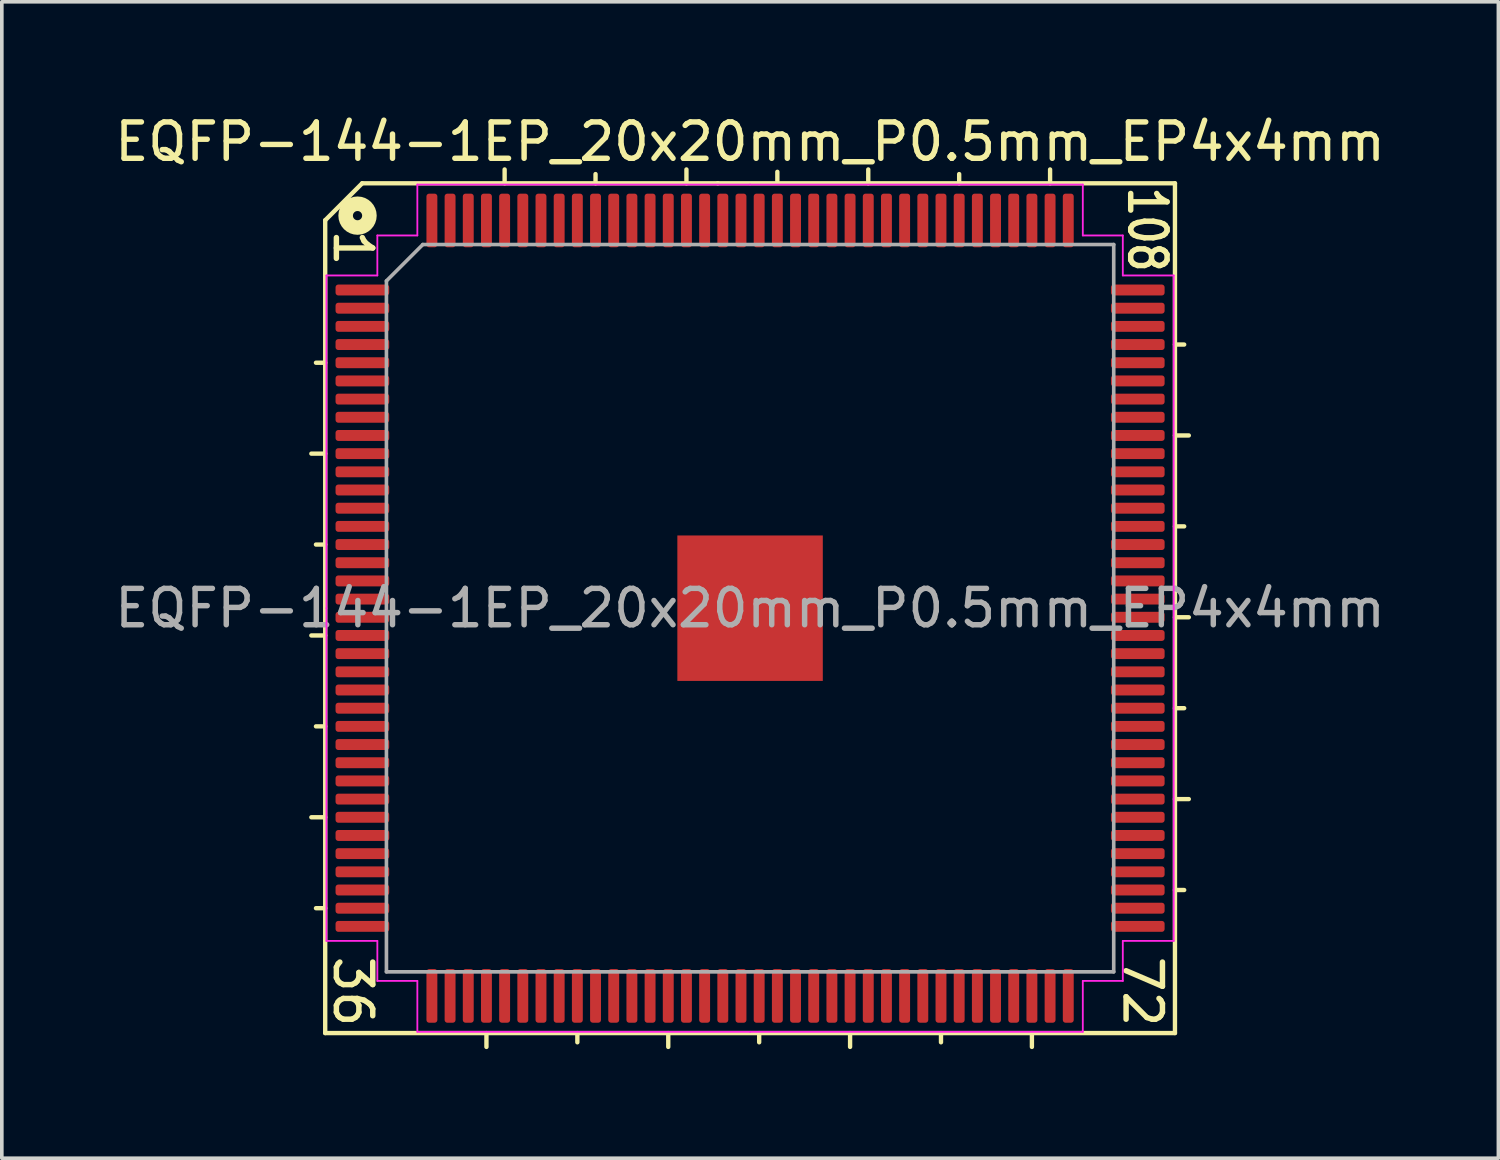
<source format=kicad_pcb>
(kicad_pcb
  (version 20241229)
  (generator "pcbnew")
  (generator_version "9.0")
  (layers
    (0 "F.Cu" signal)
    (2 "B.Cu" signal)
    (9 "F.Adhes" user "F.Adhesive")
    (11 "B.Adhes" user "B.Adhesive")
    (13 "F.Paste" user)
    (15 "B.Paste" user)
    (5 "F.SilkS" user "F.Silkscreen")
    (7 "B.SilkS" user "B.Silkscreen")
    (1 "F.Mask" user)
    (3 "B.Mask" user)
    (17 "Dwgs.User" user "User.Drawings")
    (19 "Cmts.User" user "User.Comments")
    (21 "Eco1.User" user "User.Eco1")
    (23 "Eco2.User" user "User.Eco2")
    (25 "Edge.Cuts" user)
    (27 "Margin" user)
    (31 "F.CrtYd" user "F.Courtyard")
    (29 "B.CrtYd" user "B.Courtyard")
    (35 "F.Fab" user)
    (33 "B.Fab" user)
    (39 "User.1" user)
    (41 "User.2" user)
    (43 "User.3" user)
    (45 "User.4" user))
  (footprint "EQFP-144-1EP_20x20mm_P0.5mm_EP4x4mm"
    (layer "F.Cu")
    (at 17.577 13.675)
    (property "Reference" "EQFP-144-1EP_20x20mm_P0.5mm_EP4x4mm" (at 0 -12.827 0) (layer "F.SilkS") (effects (font (size 1 1) (thickness 0.15))))
    (attr smd)
    (fp_line (start -11.684 -10.668) (end -11.684 11.684) (stroke (width 0.12) (type solid)) (layer "F.SilkS"))
    (fp_line (start -11.684 -6.75) (end -11.938 -6.75) (stroke (width 0.12) (type solid)) (layer "F.SilkS"))
    (fp_line (start -11.684 -4.25) (end -12.065 -4.25) (stroke (width 0.12) (type solid)) (layer "F.SilkS"))
    (fp_line (start -11.684 -1.75) (end -11.938 -1.75) (stroke (width 0.12) (type solid)) (layer "F.SilkS"))
    (fp_line (start -11.684 0.75) (end -12.065 0.75) (stroke (width 0.12) (type solid)) (layer "F.SilkS"))
    (fp_line (start -11.684 3.25) (end -11.938 3.25) (stroke (width 0.12) (type solid)) (layer "F.SilkS"))
    (fp_line (start -11.684 5.75) (end -12.065 5.75) (stroke (width 0.12) (type solid)) (layer "F.SilkS"))
    (fp_line (start -11.684 8.25) (end -11.938 8.25) (stroke (width 0.12) (type solid)) (layer "F.SilkS"))
    (fp_line (start -11.684 11.684) (end 11.684 11.684) (stroke (width 0.12) (type solid)) (layer "F.SilkS"))
    (fp_line (start -10.668 -11.684) (end -11.684 -10.668) (stroke (width 0.12) (type solid)) (layer "F.SilkS"))
    (fp_line (start -7.25 11.684) (end -7.25 12.065) (stroke (width 0.12) (type solid)) (layer "F.SilkS"))
    (fp_line (start -6.75 -11.684) (end -6.75 -12.065) (stroke (width 0.12) (type solid)) (layer "F.SilkS"))
    (fp_line (start -4.75 11.684) (end -4.75 11.938) (stroke (width 0.12) (type solid)) (layer "F.SilkS"))
    (fp_line (start -4.25 -11.684) (end -4.25 -11.938) (stroke (width 0.12) (type solid)) (layer "F.SilkS"))
    (fp_line (start -2.25 11.684) (end -2.25 12.065) (stroke (width 0.12) (type solid)) (layer "F.SilkS"))
    (fp_line (start -1.75 -11.684) (end -1.75 -12.065) (stroke (width 0.12) (type solid)) (layer "F.SilkS"))
    (fp_line (start -0.889 -11.684) (end -10.668 -11.684) (stroke (width 0.12) (type solid)) (layer "F.SilkS"))
    (fp_line (start 0.25 11.684) (end 0.25 11.938) (stroke (width 0.12) (type solid)) (layer "F.SilkS"))
    (fp_line (start 0.75 -11.75) (end 0.75 -12) (stroke (width 0.12) (type solid)) (layer "F.SilkS"))
    (fp_line (start 2.75 11.684) (end 2.75 12.065) (stroke (width 0.12) (type solid)) (layer "F.SilkS"))
    (fp_line (start 3.25 -11.684) (end 3.25 -12.065) (stroke (width 0.12) (type solid)) (layer "F.SilkS"))
    (fp_line (start 5.25 11.684) (end 5.25 11.938) (stroke (width 0.12) (type solid)) (layer "F.SilkS"))
    (fp_line (start 5.75 -11.684) (end 5.75 -11.938) (stroke (width 0.12) (type solid)) (layer "F.SilkS"))
    (fp_line (start 7.75 11.684) (end 7.75 12.065) (stroke (width 0.12) (type solid)) (layer "F.SilkS"))
    (fp_line (start 8.25 -11.684) (end 8.25 -12.065) (stroke (width 0.12) (type solid)) (layer "F.SilkS"))
    (fp_line (start 11.684 -11.684) (end -0.889 -11.684) (stroke (width 0.12) (type solid)) (layer "F.SilkS"))
    (fp_line (start 11.684 -7.25) (end 11.938 -7.25) (stroke (width 0.12) (type solid)) (layer "F.SilkS"))
    (fp_line (start 11.684 -4.75) (end 12.065 -4.75) (stroke (width 0.12) (type solid)) (layer "F.SilkS"))
    (fp_line (start 11.684 -2.25) (end 11.938 -2.25) (stroke (width 0.12) (type solid)) (layer "F.SilkS"))
    (fp_line (start 11.684 0.25) (end 12.065 0.25) (stroke (width 0.12) (type solid)) (layer "F.SilkS"))
    (fp_line (start 11.684 2.75) (end 11.938 2.75) (stroke (width 0.12) (type solid)) (layer "F.SilkS"))
    (fp_line (start 11.684 5.25) (end 12.065 5.25) (stroke (width 0.12) (type solid)) (layer "F.SilkS"))
    (fp_line (start 11.684 7.75) (end 11.938 7.75) (stroke (width 0.12) (type solid)) (layer "F.SilkS"))
    (fp_line (start 11.684 11.684) (end 11.684 -11.684) (stroke (width 0.12) (type solid)) (layer "F.SilkS"))
    (fp_circle (center -10.795 -10.795) (end -10.668 -10.795) (stroke (width 0.4) (type solid)) (fill no) (layer "F.SilkS"))
    (fp_line (start -11.65 -9.15) (end -11.65 0) (stroke (width 0.05) (type solid)) (layer "F.CrtYd"))
    (fp_line (start -11.65 9.15) (end -11.65 0) (stroke (width 0.05) (type solid)) (layer "F.CrtYd"))
    (fp_line (start -10.25 -10.25) (end -10.25 -9.15) (stroke (width 0.05) (type solid)) (layer "F.CrtYd"))
    (fp_line (start -10.25 -9.15) (end -11.65 -9.15) (stroke (width 0.05) (type solid)) (layer "F.CrtYd"))
    (fp_line (start -10.25 9.15) (end -11.65 9.15) (stroke (width 0.05) (type solid)) (layer "F.CrtYd"))
    (fp_line (start -10.25 10.25) (end -10.25 9.15) (stroke (width 0.05) (type solid)) (layer "F.CrtYd"))
    (fp_line (start -9.15 -11.65) (end -9.15 -10.25) (stroke (width 0.05) (type solid)) (layer "F.CrtYd"))
    (fp_line (start -9.15 -10.25) (end -10.25 -10.25) (stroke (width 0.05) (type solid)) (layer "F.CrtYd"))
    (fp_line (start -9.15 10.25) (end -10.25 10.25) (stroke (width 0.05) (type solid)) (layer "F.CrtYd"))
    (fp_line (start -9.15 11.65) (end -9.15 10.25) (stroke (width 0.05) (type solid)) (layer "F.CrtYd"))
    (fp_line (start 0 -11.65) (end -9.15 -11.65) (stroke (width 0.05) (type solid)) (layer "F.CrtYd"))
    (fp_line (start 0 -11.65) (end 9.15 -11.65) (stroke (width 0.05) (type solid)) (layer "F.CrtYd"))
    (fp_line (start 0 11.65) (end -9.15 11.65) (stroke (width 0.05) (type solid)) (layer "F.CrtYd"))
    (fp_line (start 0 11.65) (end 9.15 11.65) (stroke (width 0.05) (type solid)) (layer "F.CrtYd"))
    (fp_line (start 9.15 -11.65) (end 9.15 -10.25) (stroke (width 0.05) (type solid)) (layer "F.CrtYd"))
    (fp_line (start 9.15 -10.25) (end 10.25 -10.25) (stroke (width 0.05) (type solid)) (layer "F.CrtYd"))
    (fp_line (start 9.15 10.25) (end 10.25 10.25) (stroke (width 0.05) (type solid)) (layer "F.CrtYd"))
    (fp_line (start 9.15 11.65) (end 9.15 10.25) (stroke (width 0.05) (type solid)) (layer "F.CrtYd"))
    (fp_line (start 10.25 -10.25) (end 10.25 -9.15) (stroke (width 0.05) (type solid)) (layer "F.CrtYd"))
    (fp_line (start 10.25 -9.15) (end 11.65 -9.15) (stroke (width 0.05) (type solid)) (layer "F.CrtYd"))
    (fp_line (start 10.25 9.15) (end 11.65 9.15) (stroke (width 0.05) (type solid)) (layer "F.CrtYd"))
    (fp_line (start 10.25 10.25) (end 10.25 9.15) (stroke (width 0.05) (type solid)) (layer "F.CrtYd"))
    (fp_line (start 11.65 -9.15) (end 11.65 0) (stroke (width 0.05) (type solid)) (layer "F.CrtYd"))
    (fp_line (start 11.65 9.15) (end 11.65 0) (stroke (width 0.05) (type solid)) (layer "F.CrtYd"))
    (fp_line (start -10 -9) (end -9 -10) (stroke (width 0.1) (type solid)) (layer "F.Fab"))
    (fp_line (start -10 10) (end -10 -9) (stroke (width 0.1) (type solid)) (layer "F.Fab"))
    (fp_line (start -9 -10) (end 10 -10) (stroke (width 0.1) (type solid)) (layer "F.Fab"))
    (fp_line (start 10 -10) (end 10 10) (stroke (width 0.1) (type solid)) (layer "F.Fab"))
    (fp_line (start 10 10) (end -10 10) (stroke (width 0.1) (type solid)) (layer "F.Fab"))
    (fp_text user "72" (at 10.795 10.541 270) (unlocked yes) (layer "F.SilkS") (effects (font (size 1 1) (thickness 0.15))))
    (fp_text user "1" (at -10.922 -9.906 270) (unlocked yes) (layer "F.SilkS") (effects (font (size 1 1) (thickness 0.15))))
    (fp_text user "36" (at -10.922 10.541 270) (unlocked yes) (layer "F.SilkS") (effects (font (size 1 1) (thickness 0.15))))
    (fp_text user "108" (at 10.922 -10.414 270) (unlocked yes) (layer "F.SilkS") (effects (font (size 1 0.8) (thickness 0.15))))
    (fp_text user "${REFERENCE}" (at 0 0 0) (layer "F.Fab") (effects (font (size 1 1) (thickness 0.15))))
    (pad "" smd roundrect (at -1.33 -1.33) (size 1.07 1.07) (layers "F.Paste") (roundrect_rratio 0.234))
    (pad "" smd roundrect (at -1.33 0) (size 1.07 1.07) (layers "F.Paste") (roundrect_rratio 0.234))
    (pad "" smd roundrect (at -1.33 1.33) (size 1.07 1.07) (layers "F.Paste") (roundrect_rratio 0.234))
    (pad "" smd roundrect (at 0 -1.33) (size 1.07 1.07) (layers "F.Paste") (roundrect_rratio 0.234))
    (pad "" smd roundrect (at 0 0) (size 1.07 1.07) (layers "F.Paste") (roundrect_rratio 0.234))
    (pad "" smd roundrect (at 0 1.33) (size 1.07 1.07) (layers "F.Paste") (roundrect_rratio 0.234))
    (pad "" smd roundrect (at 1.33 -1.33) (size 1.07 1.07) (layers "F.Paste") (roundrect_rratio 0.234))
    (pad "" smd roundrect (at 1.33 0) (size 1.07 1.07) (layers "F.Paste") (roundrect_rratio 0.234))
    (pad "" smd roundrect (at 1.33 1.33) (size 1.07 1.07) (layers "F.Paste") (roundrect_rratio 0.234))
    (pad "1" smd roundrect (at -10.662 -8.75) (size 1.475 0.3) (layers "F.Cu" "F.Mask" "F.Paste") (roundrect_rratio 0.25))
    (pad "2" smd roundrect (at -10.662 -8.25) (size 1.475 0.3) (layers "F.Cu" "F.Mask" "F.Paste") (roundrect_rratio 0.25))
    (pad "3" smd roundrect (at -10.662 -7.75) (size 1.475 0.3) (layers "F.Cu" "F.Mask" "F.Paste") (roundrect_rratio 0.25))
    (pad "4" smd roundrect (at -10.662 -7.25) (size 1.475 0.3) (layers "F.Cu" "F.Mask" "F.Paste") (roundrect_rratio 0.25))
    (pad "5" smd roundrect (at -10.662 -6.75) (size 1.475 0.3) (layers "F.Cu" "F.Mask" "F.Paste") (roundrect_rratio 0.25))
    (pad "6" smd roundrect (at -10.662 -6.25) (size 1.475 0.3) (layers "F.Cu" "F.Mask" "F.Paste") (roundrect_rratio 0.25))
    (pad "7" smd roundrect (at -10.662 -5.75) (size 1.475 0.3) (layers "F.Cu" "F.Mask" "F.Paste") (roundrect_rratio 0.25))
    (pad "8" smd roundrect (at -10.662 -5.25) (size 1.475 0.3) (layers "F.Cu" "F.Mask" "F.Paste") (roundrect_rratio 0.25))
    (pad "9" smd roundrect (at -10.662 -4.75) (size 1.475 0.3) (layers "F.Cu" "F.Mask" "F.Paste") (roundrect_rratio 0.25))
    (pad "10" smd roundrect (at -10.662 -4.25) (size 1.475 0.3) (layers "F.Cu" "F.Mask" "F.Paste") (roundrect_rratio 0.25))
    (pad "11" smd roundrect (at -10.662 -3.75) (size 1.475 0.3) (layers "F.Cu" "F.Mask" "F.Paste") (roundrect_rratio 0.25))
    (pad "12" smd roundrect (at -10.662 -3.25) (size 1.475 0.3) (layers "F.Cu" "F.Mask" "F.Paste") (roundrect_rratio 0.25))
    (pad "13" smd roundrect (at -10.662 -2.75) (size 1.475 0.3) (layers "F.Cu" "F.Mask" "F.Paste") (roundrect_rratio 0.25))
    (pad "14" smd roundrect (at -10.662 -2.25) (size 1.475 0.3) (layers "F.Cu" "F.Mask" "F.Paste") (roundrect_rratio 0.25))
    (pad "15" smd roundrect (at -10.662 -1.75) (size 1.475 0.3) (layers "F.Cu" "F.Mask" "F.Paste") (roundrect_rratio 0.25))
    (pad "16" smd roundrect (at -10.662 -1.25) (size 1.475 0.3) (layers "F.Cu" "F.Mask" "F.Paste") (roundrect_rratio 0.25))
    (pad "17" smd roundrect (at -10.662 -0.75) (size 1.475 0.3) (layers "F.Cu" "F.Mask" "F.Paste") (roundrect_rratio 0.25))
    (pad "18" smd roundrect (at -10.662 -0.25) (size 1.475 0.3) (layers "F.Cu" "F.Mask" "F.Paste") (roundrect_rratio 0.25))
    (pad "19" smd roundrect (at -10.662 0.25) (size 1.475 0.3) (layers "F.Cu" "F.Mask" "F.Paste") (roundrect_rratio 0.25))
    (pad "20" smd roundrect (at -10.662 0.75) (size 1.475 0.3) (layers "F.Cu" "F.Mask" "F.Paste") (roundrect_rratio 0.25))
    (pad "21" smd roundrect (at -10.662 1.25) (size 1.475 0.3) (layers "F.Cu" "F.Mask" "F.Paste") (roundrect_rratio 0.25))
    (pad "22" smd roundrect (at -10.662 1.75) (size 1.475 0.3) (layers "F.Cu" "F.Mask" "F.Paste") (roundrect_rratio 0.25))
    (pad "23" smd roundrect (at -10.662 2.25) (size 1.475 0.3) (layers "F.Cu" "F.Mask" "F.Paste") (roundrect_rratio 0.25))
    (pad "24" smd roundrect (at -10.662 2.75) (size 1.475 0.3) (layers "F.Cu" "F.Mask" "F.Paste") (roundrect_rratio 0.25))
    (pad "25" smd roundrect (at -10.662 3.25) (size 1.475 0.3) (layers "F.Cu" "F.Mask" "F.Paste") (roundrect_rratio 0.25))
    (pad "26" smd roundrect (at -10.662 3.75) (size 1.475 0.3) (layers "F.Cu" "F.Mask" "F.Paste") (roundrect_rratio 0.25))
    (pad "27" smd roundrect (at -10.662 4.25) (size 1.475 0.3) (layers "F.Cu" "F.Mask" "F.Paste") (roundrect_rratio 0.25))
    (pad "28" smd roundrect (at -10.662 4.75) (size 1.475 0.3) (layers "F.Cu" "F.Mask" "F.Paste") (roundrect_rratio 0.25))
    (pad "29" smd roundrect (at -10.662 5.25) (size 1.475 0.3) (layers "F.Cu" "F.Mask" "F.Paste") (roundrect_rratio 0.25))
    (pad "30" smd roundrect (at -10.662 5.75) (size 1.475 0.3) (layers "F.Cu" "F.Mask" "F.Paste") (roundrect_rratio 0.25))
    (pad "31" smd roundrect (at -10.662 6.25) (size 1.475 0.3) (layers "F.Cu" "F.Mask" "F.Paste") (roundrect_rratio 0.25))
    (pad "32" smd roundrect (at -10.662 6.75) (size 1.475 0.3) (layers "F.Cu" "F.Mask" "F.Paste") (roundrect_rratio 0.25))
    (pad "33" smd roundrect (at -10.662 7.25) (size 1.475 0.3) (layers "F.Cu" "F.Mask" "F.Paste") (roundrect_rratio 0.25))
    (pad "34" smd roundrect (at -10.662 7.75) (size 1.475 0.3) (layers "F.Cu" "F.Mask" "F.Paste") (roundrect_rratio 0.25))
    (pad "35" smd roundrect (at -10.662 8.25) (size 1.475 0.3) (layers "F.Cu" "F.Mask" "F.Paste") (roundrect_rratio 0.25))
    (pad "36" smd roundrect (at -10.662 8.75) (size 1.475 0.3) (layers "F.Cu" "F.Mask" "F.Paste") (roundrect_rratio 0.25))
    (pad "37" smd roundrect (at -8.75 10.662) (size 0.3 1.475) (layers "F.Cu" "F.Mask" "F.Paste") (roundrect_rratio 0.25))
    (pad "38" smd roundrect (at -8.25 10.662) (size 0.3 1.475) (layers "F.Cu" "F.Mask" "F.Paste") (roundrect_rratio 0.25))
    (pad "39" smd roundrect (at -7.75 10.662) (size 0.3 1.475) (layers "F.Cu" "F.Mask" "F.Paste") (roundrect_rratio 0.25))
    (pad "40" smd roundrect (at -7.25 10.662) (size 0.3 1.475) (layers "F.Cu" "F.Mask" "F.Paste") (roundrect_rratio 0.25))
    (pad "41" smd roundrect (at -6.75 10.662) (size 0.3 1.475) (layers "F.Cu" "F.Mask" "F.Paste") (roundrect_rratio 0.25))
    (pad "42" smd roundrect (at -6.25 10.662) (size 0.3 1.475) (layers "F.Cu" "F.Mask" "F.Paste") (roundrect_rratio 0.25))
    (pad "43" smd roundrect (at -5.75 10.662) (size 0.3 1.475) (layers "F.Cu" "F.Mask" "F.Paste") (roundrect_rratio 0.25))
    (pad "44" smd roundrect (at -5.25 10.662) (size 0.3 1.475) (layers "F.Cu" "F.Mask" "F.Paste") (roundrect_rratio 0.25))
    (pad "45" smd roundrect (at -4.75 10.662) (size 0.3 1.475) (layers "F.Cu" "F.Mask" "F.Paste") (roundrect_rratio 0.25))
    (pad "46" smd roundrect (at -4.25 10.662) (size 0.3 1.475) (layers "F.Cu" "F.Mask" "F.Paste") (roundrect_rratio 0.25))
    (pad "47" smd roundrect (at -3.75 10.662) (size 0.3 1.475) (layers "F.Cu" "F.Mask" "F.Paste") (roundrect_rratio 0.25))
    (pad "48" smd roundrect (at -3.25 10.662) (size 0.3 1.475) (layers "F.Cu" "F.Mask" "F.Paste") (roundrect_rratio 0.25))
    (pad "49" smd roundrect (at -2.75 10.662) (size 0.3 1.475) (layers "F.Cu" "F.Mask" "F.Paste") (roundrect_rratio 0.25))
    (pad "50" smd roundrect (at -2.25 10.662) (size 0.3 1.475) (layers "F.Cu" "F.Mask" "F.Paste") (roundrect_rratio 0.25))
    (pad "51" smd roundrect (at -1.75 10.662) (size 0.3 1.475) (layers "F.Cu" "F.Mask" "F.Paste") (roundrect_rratio 0.25))
    (pad "52" smd roundrect (at -1.25 10.662) (size 0.3 1.475) (layers "F.Cu" "F.Mask" "F.Paste") (roundrect_rratio 0.25))
    (pad "53" smd roundrect (at -0.75 10.662) (size 0.3 1.475) (layers "F.Cu" "F.Mask" "F.Paste") (roundrect_rratio 0.25))
    (pad "54" smd roundrect (at -0.25 10.662) (size 0.3 1.475) (layers "F.Cu" "F.Mask" "F.Paste") (roundrect_rratio 0.25))
    (pad "55" smd roundrect (at 0.25 10.662) (size 0.3 1.475) (layers "F.Cu" "F.Mask" "F.Paste") (roundrect_rratio 0.25))
    (pad "56" smd roundrect (at 0.75 10.662) (size 0.3 1.475) (layers "F.Cu" "F.Mask" "F.Paste") (roundrect_rratio 0.25))
    (pad "57" smd roundrect (at 1.25 10.662) (size 0.3 1.475) (layers "F.Cu" "F.Mask" "F.Paste") (roundrect_rratio 0.25))
    (pad "58" smd roundrect (at 1.75 10.662) (size 0.3 1.475) (layers "F.Cu" "F.Mask" "F.Paste") (roundrect_rratio 0.25))
    (pad "59" smd roundrect (at 2.25 10.662) (size 0.3 1.475) (layers "F.Cu" "F.Mask" "F.Paste") (roundrect_rratio 0.25))
    (pad "60" smd roundrect (at 2.75 10.662) (size 0.3 1.475) (layers "F.Cu" "F.Mask" "F.Paste") (roundrect_rratio 0.25))
    (pad "61" smd roundrect (at 3.25 10.662) (size 0.3 1.475) (layers "F.Cu" "F.Mask" "F.Paste") (roundrect_rratio 0.25))
    (pad "62" smd roundrect (at 3.75 10.662) (size 0.3 1.475) (layers "F.Cu" "F.Mask" "F.Paste") (roundrect_rratio 0.25))
    (pad "63" smd roundrect (at 4.25 10.662) (size 0.3 1.475) (layers "F.Cu" "F.Mask" "F.Paste") (roundrect_rratio 0.25))
    (pad "64" smd roundrect (at 4.75 10.662) (size 0.3 1.475) (layers "F.Cu" "F.Mask" "F.Paste") (roundrect_rratio 0.25))
    (pad "65" smd roundrect (at 5.25 10.662) (size 0.3 1.475) (layers "F.Cu" "F.Mask" "F.Paste") (roundrect_rratio 0.25))
    (pad "66" smd roundrect (at 5.75 10.662) (size 0.3 1.475) (layers "F.Cu" "F.Mask" "F.Paste") (roundrect_rratio 0.25))
    (pad "67" smd roundrect (at 6.25 10.662) (size 0.3 1.475) (layers "F.Cu" "F.Mask" "F.Paste") (roundrect_rratio 0.25))
    (pad "68" smd roundrect (at 6.75 10.662) (size 0.3 1.475) (layers "F.Cu" "F.Mask" "F.Paste") (roundrect_rratio 0.25))
    (pad "69" smd roundrect (at 7.25 10.662) (size 0.3 1.475) (layers "F.Cu" "F.Mask" "F.Paste") (roundrect_rratio 0.25))
    (pad "70" smd roundrect (at 7.75 10.662) (size 0.3 1.475) (layers "F.Cu" "F.Mask" "F.Paste") (roundrect_rratio 0.25))
    (pad "71" smd roundrect (at 8.25 10.662) (size 0.3 1.475) (layers "F.Cu" "F.Mask" "F.Paste") (roundrect_rratio 0.25))
    (pad "72" smd roundrect (at 8.75 10.662) (size 0.3 1.475) (layers "F.Cu" "F.Mask" "F.Paste") (roundrect_rratio 0.25))
    (pad "73" smd roundrect (at 10.662 8.75) (size 1.475 0.3) (layers "F.Cu" "F.Mask" "F.Paste") (roundrect_rratio 0.25))
    (pad "74" smd roundrect (at 10.662 8.25) (size 1.475 0.3) (layers "F.Cu" "F.Mask" "F.Paste") (roundrect_rratio 0.25))
    (pad "75" smd roundrect (at 10.662 7.75) (size 1.475 0.3) (layers "F.Cu" "F.Mask" "F.Paste") (roundrect_rratio 0.25))
    (pad "76" smd roundrect (at 10.662 7.25) (size 1.475 0.3) (layers "F.Cu" "F.Mask" "F.Paste") (roundrect_rratio 0.25))
    (pad "77" smd roundrect (at 10.662 6.75) (size 1.475 0.3) (layers "F.Cu" "F.Mask" "F.Paste") (roundrect_rratio 0.25))
    (pad "78" smd roundrect (at 10.662 6.25) (size 1.475 0.3) (layers "F.Cu" "F.Mask" "F.Paste") (roundrect_rratio 0.25))
    (pad "79" smd roundrect (at 10.662 5.75) (size 1.475 0.3) (layers "F.Cu" "F.Mask" "F.Paste") (roundrect_rratio 0.25))
    (pad "80" smd roundrect (at 10.662 5.25) (size 1.475 0.3) (layers "F.Cu" "F.Mask" "F.Paste") (roundrect_rratio 0.25))
    (pad "81" smd roundrect (at 10.662 4.75) (size 1.475 0.3) (layers "F.Cu" "F.Mask" "F.Paste") (roundrect_rratio 0.25))
    (pad "82" smd roundrect (at 10.662 4.25) (size 1.475 0.3) (layers "F.Cu" "F.Mask" "F.Paste") (roundrect_rratio 0.25))
    (pad "83" smd roundrect (at 10.662 3.75) (size 1.475 0.3) (layers "F.Cu" "F.Mask" "F.Paste") (roundrect_rratio 0.25))
    (pad "84" smd roundrect (at 10.662 3.25) (size 1.475 0.3) (layers "F.Cu" "F.Mask" "F.Paste") (roundrect_rratio 0.25))
    (pad "85" smd roundrect (at 10.662 2.75) (size 1.475 0.3) (layers "F.Cu" "F.Mask" "F.Paste") (roundrect_rratio 0.25))
    (pad "86" smd roundrect (at 10.662 2.25) (size 1.475 0.3) (layers "F.Cu" "F.Mask" "F.Paste") (roundrect_rratio 0.25))
    (pad "87" smd roundrect (at 10.662 1.75) (size 1.475 0.3) (layers "F.Cu" "F.Mask" "F.Paste") (roundrect_rratio 0.25))
    (pad "88" smd roundrect (at 10.662 1.25) (size 1.475 0.3) (layers "F.Cu" "F.Mask" "F.Paste") (roundrect_rratio 0.25))
    (pad "89" smd roundrect (at 10.662 0.75) (size 1.475 0.3) (layers "F.Cu" "F.Mask" "F.Paste") (roundrect_rratio 0.25))
    (pad "90" smd roundrect (at 10.662 0.25) (size 1.475 0.3) (layers "F.Cu" "F.Mask" "F.Paste") (roundrect_rratio 0.25))
    (pad "91" smd roundrect (at 10.662 -0.25) (size 1.475 0.3) (layers "F.Cu" "F.Mask" "F.Paste") (roundrect_rratio 0.25))
    (pad "92" smd roundrect (at 10.662 -0.75) (size 1.475 0.3) (layers "F.Cu" "F.Mask" "F.Paste") (roundrect_rratio 0.25))
    (pad "93" smd roundrect (at 10.662 -1.25) (size 1.475 0.3) (layers "F.Cu" "F.Mask" "F.Paste") (roundrect_rratio 0.25))
    (pad "94" smd roundrect (at 10.662 -1.75) (size 1.475 0.3) (layers "F.Cu" "F.Mask" "F.Paste") (roundrect_rratio 0.25))
    (pad "95" smd roundrect (at 10.662 -2.25) (size 1.475 0.3) (layers "F.Cu" "F.Mask" "F.Paste") (roundrect_rratio 0.25))
    (pad "96" smd roundrect (at 10.662 -2.75) (size 1.475 0.3) (layers "F.Cu" "F.Mask" "F.Paste") (roundrect_rratio 0.25))
    (pad "97" smd roundrect (at 10.662 -3.25) (size 1.475 0.3) (layers "F.Cu" "F.Mask" "F.Paste") (roundrect_rratio 0.25))
    (pad "98" smd roundrect (at 10.662 -3.75) (size 1.475 0.3) (layers "F.Cu" "F.Mask" "F.Paste") (roundrect_rratio 0.25))
    (pad "99" smd roundrect (at 10.662 -4.25) (size 1.475 0.3) (layers "F.Cu" "F.Mask" "F.Paste") (roundrect_rratio 0.25))
    (pad "100" smd roundrect (at 10.662 -4.75) (size 1.475 0.3) (layers "F.Cu" "F.Mask" "F.Paste") (roundrect_rratio 0.25))
    (pad "101" smd roundrect (at 10.662 -5.25) (size 1.475 0.3) (layers "F.Cu" "F.Mask" "F.Paste") (roundrect_rratio 0.25))
    (pad "102" smd roundrect (at 10.662 -5.75) (size 1.475 0.3) (layers "F.Cu" "F.Mask" "F.Paste") (roundrect_rratio 0.25))
    (pad "103" smd roundrect (at 10.662 -6.25) (size 1.475 0.3) (layers "F.Cu" "F.Mask" "F.Paste") (roundrect_rratio 0.25))
    (pad "104" smd roundrect (at 10.662 -6.75) (size 1.475 0.3) (layers "F.Cu" "F.Mask" "F.Paste") (roundrect_rratio 0.25))
    (pad "105" smd roundrect (at 10.662 -7.25) (size 1.475 0.3) (layers "F.Cu" "F.Mask" "F.Paste") (roundrect_rratio 0.25))
    (pad "106" smd roundrect (at 10.662 -7.75) (size 1.475 0.3) (layers "F.Cu" "F.Mask" "F.Paste") (roundrect_rratio 0.25))
    (pad "107" smd roundrect (at 10.662 -8.25) (size 1.475 0.3) (layers "F.Cu" "F.Mask" "F.Paste") (roundrect_rratio 0.25))
    (pad "108" smd roundrect (at 10.662 -8.75) (size 1.475 0.3) (layers "F.Cu" "F.Mask" "F.Paste") (roundrect_rratio 0.25))
    (pad "109" smd roundrect (at 8.75 -10.662) (size 0.3 1.475) (layers "F.Cu" "F.Mask" "F.Paste") (roundrect_rratio 0.25))
    (pad "110" smd roundrect (at 8.25 -10.662) (size 0.3 1.475) (layers "F.Cu" "F.Mask" "F.Paste") (roundrect_rratio 0.25))
    (pad "111" smd roundrect (at 7.75 -10.662) (size 0.3 1.475) (layers "F.Cu" "F.Mask" "F.Paste") (roundrect_rratio 0.25))
    (pad "112" smd roundrect (at 7.25 -10.662) (size 0.3 1.475) (layers "F.Cu" "F.Mask" "F.Paste") (roundrect_rratio 0.25))
    (pad "113" smd roundrect (at 6.75 -10.662) (size 0.3 1.475) (layers "F.Cu" "F.Mask" "F.Paste") (roundrect_rratio 0.25))
    (pad "114" smd roundrect (at 6.25 -10.662) (size 0.3 1.475) (layers "F.Cu" "F.Mask" "F.Paste") (roundrect_rratio 0.25))
    (pad "115" smd roundrect (at 5.75 -10.662) (size 0.3 1.475) (layers "F.Cu" "F.Mask" "F.Paste") (roundrect_rratio 0.25))
    (pad "116" smd roundrect (at 5.25 -10.662) (size 0.3 1.475) (layers "F.Cu" "F.Mask" "F.Paste") (roundrect_rratio 0.25))
    (pad "117" smd roundrect (at 4.75 -10.662) (size 0.3 1.475) (layers "F.Cu" "F.Mask" "F.Paste") (roundrect_rratio 0.25))
    (pad "118" smd roundrect (at 4.25 -10.662) (size 0.3 1.475) (layers "F.Cu" "F.Mask" "F.Paste") (roundrect_rratio 0.25))
    (pad "119" smd roundrect (at 3.75 -10.662) (size 0.3 1.475) (layers "F.Cu" "F.Mask" "F.Paste") (roundrect_rratio 0.25))
    (pad "120" smd roundrect (at 3.25 -10.662) (size 0.3 1.475) (layers "F.Cu" "F.Mask" "F.Paste") (roundrect_rratio 0.25))
    (pad "121" smd roundrect (at 2.75 -10.662) (size 0.3 1.475) (layers "F.Cu" "F.Mask" "F.Paste") (roundrect_rratio 0.25))
    (pad "122" smd roundrect (at 2.25 -10.662) (size 0.3 1.475) (layers "F.Cu" "F.Mask" "F.Paste") (roundrect_rratio 0.25))
    (pad "123" smd roundrect (at 1.75 -10.662) (size 0.3 1.475) (layers "F.Cu" "F.Mask" "F.Paste") (roundrect_rratio 0.25))
    (pad "124" smd roundrect (at 1.25 -10.662) (size 0.3 1.475) (layers "F.Cu" "F.Mask" "F.Paste") (roundrect_rratio 0.25))
    (pad "125" smd roundrect (at 0.75 -10.662) (size 0.3 1.475) (layers "F.Cu" "F.Mask" "F.Paste") (roundrect_rratio 0.25))
    (pad "126" smd roundrect (at 0.25 -10.662) (size 0.3 1.475) (layers "F.Cu" "F.Mask" "F.Paste") (roundrect_rratio 0.25))
    (pad "127" smd roundrect (at -0.25 -10.662) (size 0.3 1.475) (layers "F.Cu" "F.Mask" "F.Paste") (roundrect_rratio 0.25))
    (pad "128" smd roundrect (at -0.75 -10.662) (size 0.3 1.475) (layers "F.Cu" "F.Mask" "F.Paste") (roundrect_rratio 0.25))
    (pad "129" smd roundrect (at -1.25 -10.662) (size 0.3 1.475) (layers "F.Cu" "F.Mask" "F.Paste") (roundrect_rratio 0.25))
    (pad "130" smd roundrect (at -1.75 -10.662) (size 0.3 1.475) (layers "F.Cu" "F.Mask" "F.Paste") (roundrect_rratio 0.25))
    (pad "131" smd roundrect (at -2.25 -10.662) (size 0.3 1.475) (layers "F.Cu" "F.Mask" "F.Paste") (roundrect_rratio 0.25))
    (pad "132" smd roundrect (at -2.75 -10.662) (size 0.3 1.475) (layers "F.Cu" "F.Mask" "F.Paste") (roundrect_rratio 0.25))
    (pad "133" smd roundrect (at -3.25 -10.662) (size 0.3 1.475) (layers "F.Cu" "F.Mask" "F.Paste") (roundrect_rratio 0.25))
    (pad "134" smd roundrect (at -3.75 -10.662) (size 0.3 1.475) (layers "F.Cu" "F.Mask" "F.Paste") (roundrect_rratio 0.25))
    (pad "135" smd roundrect (at -4.25 -10.662) (size 0.3 1.475) (layers "F.Cu" "F.Mask" "F.Paste") (roundrect_rratio 0.25))
    (pad "136" smd roundrect (at -4.75 -10.662) (size 0.3 1.475) (layers "F.Cu" "F.Mask" "F.Paste") (roundrect_rratio 0.25))
    (pad "137" smd roundrect (at -5.25 -10.662) (size 0.3 1.475) (layers "F.Cu" "F.Mask" "F.Paste") (roundrect_rratio 0.25))
    (pad "138" smd roundrect (at -5.75 -10.662) (size 0.3 1.475) (layers "F.Cu" "F.Mask" "F.Paste") (roundrect_rratio 0.25))
    (pad "139" smd roundrect (at -6.25 -10.662) (size 0.3 1.475) (layers "F.Cu" "F.Mask" "F.Paste") (roundrect_rratio 0.25))
    (pad "140" smd roundrect (at -6.75 -10.662) (size 0.3 1.475) (layers "F.Cu" "F.Mask" "F.Paste") (roundrect_rratio 0.25))
    (pad "141" smd roundrect (at -7.25 -10.662) (size 0.3 1.475) (layers "F.Cu" "F.Mask" "F.Paste") (roundrect_rratio 0.25))
    (pad "142" smd roundrect (at -7.75 -10.662) (size 0.3 1.475) (layers "F.Cu" "F.Mask" "F.Paste") (roundrect_rratio 0.25))
    (pad "143" smd roundrect (at -8.25 -10.662) (size 0.3 1.475) (layers "F.Cu" "F.Mask" "F.Paste") (roundrect_rratio 0.25))
    (pad "144" smd roundrect (at -8.75 -10.662) (size 0.3 1.475) (layers "F.Cu" "F.Mask" "F.Paste") (roundrect_rratio 0.25))
    (pad "145" smd rect (at 0 0) (size 4 4) (layers "F.Cu" "F.Mask")))
  (gr_rect
    (start -3 -3)
    (end 38.155 28.8)
    (stroke (width 0.1) (type default))
    (fill no)
    (layer "Edge.Cuts")))
</source>
